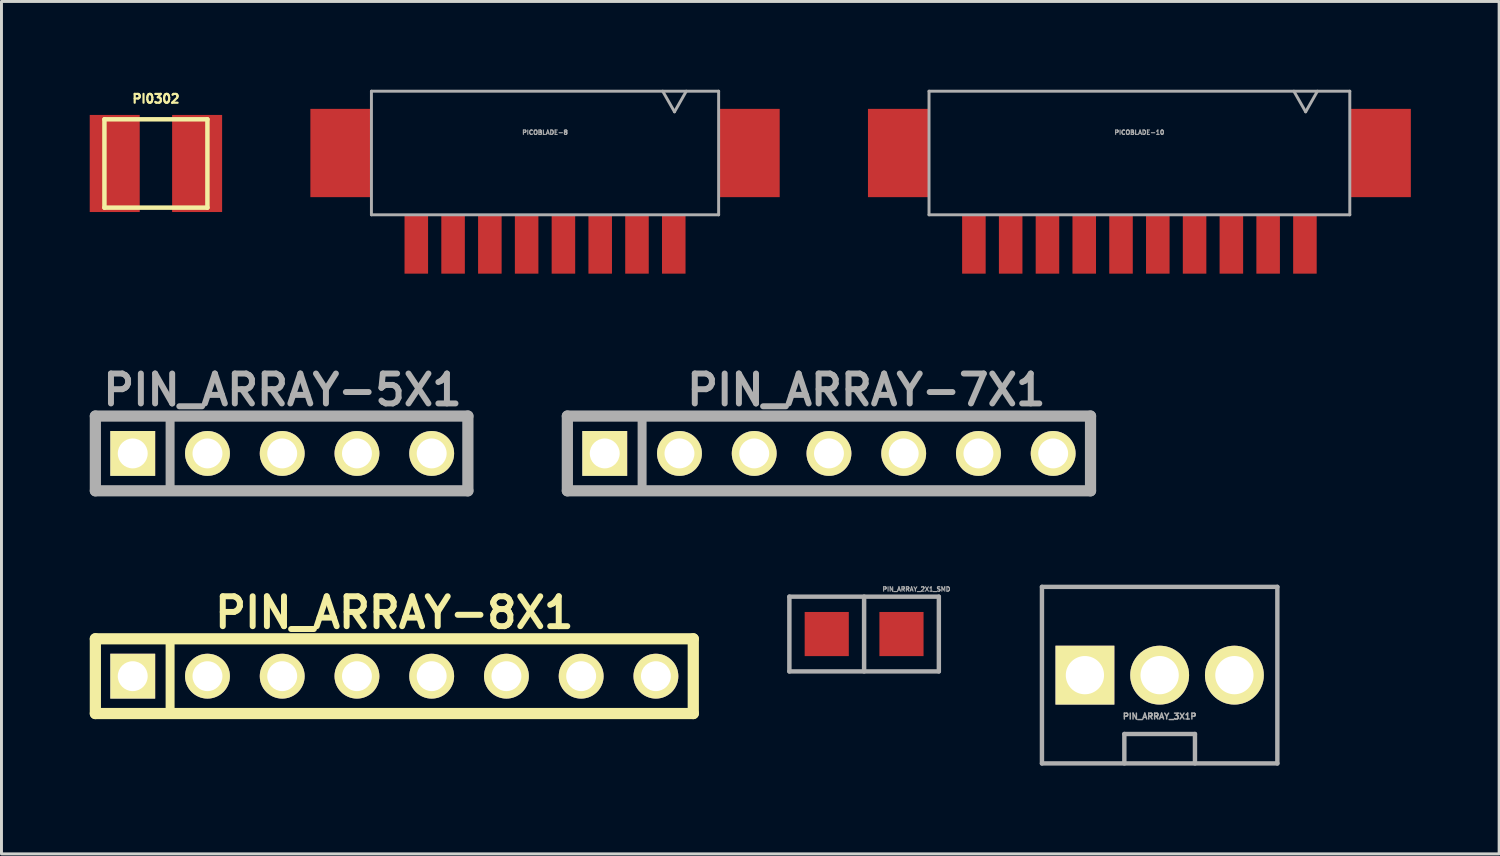
<source format=kicad_pcb>
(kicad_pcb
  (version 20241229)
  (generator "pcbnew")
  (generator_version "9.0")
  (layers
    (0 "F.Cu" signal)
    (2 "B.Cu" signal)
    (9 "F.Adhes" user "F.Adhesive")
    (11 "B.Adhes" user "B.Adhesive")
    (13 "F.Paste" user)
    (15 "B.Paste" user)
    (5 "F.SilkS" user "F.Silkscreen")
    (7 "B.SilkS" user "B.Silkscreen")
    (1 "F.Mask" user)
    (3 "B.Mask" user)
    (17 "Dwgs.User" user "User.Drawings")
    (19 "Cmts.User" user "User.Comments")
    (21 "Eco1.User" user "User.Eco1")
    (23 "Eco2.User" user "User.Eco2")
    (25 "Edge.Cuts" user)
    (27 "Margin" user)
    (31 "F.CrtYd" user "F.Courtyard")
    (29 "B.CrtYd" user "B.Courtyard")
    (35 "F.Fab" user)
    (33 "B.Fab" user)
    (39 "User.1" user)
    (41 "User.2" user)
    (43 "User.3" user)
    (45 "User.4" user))
  (footprint "PICOBLADE-10"
    (layer "F.Cu")
    (at 35.673 4.25)
    (property "Reference" "PICOBLADE-10" (at 0 -2.8 0) (unlocked yes) (layer "F.Fab") (effects (font (size 0.15 0.15) (thickness 0.037))))
    (attr smd)
    (fp_line (start -7.15 -4.2) (end 7.15 -4.2) (stroke (width 0.1) (type solid)) (layer "F.Fab"))
    (fp_line (start -7.15 0) (end -7.15 -4.2) (stroke (width 0.1) (type solid)) (layer "F.Fab"))
    (fp_line (start 5.25 -4.2) (end 5.65 -3.5) (stroke (width 0.1) (type solid)) (layer "F.Fab"))
    (fp_line (start 5.65 -3.5) (end 6.05 -4.2) (stroke (width 0.1) (type solid)) (layer "F.Fab"))
    (fp_line (start 7.15 -4.2) (end 7.15 0) (stroke (width 0.1) (type solid)) (layer "F.Fab"))
    (fp_line (start 7.15 0) (end -7.15 0) (stroke (width 0.1) (type solid)) (layer "F.Fab"))
    (pad "1" smd rect (at 5.625 1) (size 0.8 2) (layers "F.Cu" "F.Mask" "F.Paste"))
    (pad "2" smd rect (at 4.375 1) (size 0.8 2) (layers "F.Cu" "F.Mask" "F.Paste"))
    (pad "3" smd rect (at 3.125 1) (size 0.8 2) (layers "F.Cu" "F.Mask" "F.Paste"))
    (pad "4" smd rect (at 1.875 1) (size 0.8 2) (layers "F.Cu" "F.Mask" "F.Paste"))
    (pad "5" smd rect (at 0.625 1) (size 0.8 2) (layers "F.Cu" "F.Mask" "F.Paste"))
    (pad "6" smd rect (at -0.625 1) (size 0.8 2) (layers "F.Cu" "F.Mask" "F.Paste"))
    (pad "7" smd rect (at -1.875 1) (size 0.8 2) (layers "F.Cu" "F.Mask" "F.Paste"))
    (pad "8" smd rect (at -3.125 1) (size 0.8 2) (layers "F.Cu" "F.Mask" "F.Paste"))
    (pad "9" smd rect (at -4.375 1) (size 0.8 2) (layers "F.Cu" "F.Mask" "F.Paste"))
    (pad "10" smd rect (at -5.625 1) (size 0.8 2) (layers "F.Cu" "F.Mask" "F.Paste"))
    (pad "MNT" smd rect (at -8.175 -2.1) (size 2.1 3) (layers "F.Cu" "F.Mask" "F.Paste"))
    (pad "MNT" smd rect (at 8.175 -2.1) (size 2.1 3) (layers "F.Cu" "F.Mask" "F.Paste")))
  (footprint "PIN_ARRAY_3X1P"
    (layer "F.Cu")
    (at 36.361 19.895)
    (property "Reference" "PIN_ARRAY_3X1P" (at 0 1.4 0) (layer "F.Fab") (effects (font (size 0.2 0.2) (thickness 0.05))))
    (attr through_hole)
    (fp_line (start -4 -3) (end -4 3) (stroke (width 0.15) (type solid)) (layer "F.Fab"))
    (fp_line (start -4 3) (end 4 3) (stroke (width 0.15) (type solid)) (layer "F.Fab"))
    (fp_line (start -1.2 2) (end 1.2 2) (stroke (width 0.15) (type solid)) (layer "F.Fab"))
    (fp_line (start -1.2 3) (end -1.2 2) (stroke (width 0.15) (type solid)) (layer "F.Fab"))
    (fp_line (start 1.2 2) (end 1.2 3) (stroke (width 0.15) (type solid)) (layer "F.Fab"))
    (fp_line (start 4 -3) (end -4 -3) (stroke (width 0.15) (type solid)) (layer "F.Fab"))
    (fp_line (start 4 3) (end 4 -3) (stroke (width 0.15) (type solid)) (layer "F.Fab"))
    (pad "1" thru_hole rect (at -2.54 0) (size 2 2) (drill 1.3) (layers "*.Cu" "*.Mask" "F.SilkS"))
    (pad "2" thru_hole circle (at 0 0) (size 2 2) (drill 1.3) (layers "*.Cu" "*.Mask" "F.SilkS"))
    (pad "3" thru_hole circle (at 2.54 0) (size 2 2) (drill 1.3) (layers "*.Cu" "*.Mask" "F.SilkS")))
  (footprint "PIN_ARRAY-8X1"
    (layer "F.Cu")
    (at 10.351 19.93)
    (property "Reference" "PIN_ARRAY-8X1" (at 0 -2.159 0) (layer "F.SilkS") (effects (font (size 1.016 1.016) (thickness 0.203))))
    (attr through_hole)
    (fp_line (start -10.16 -1.27) (end 10.16 -1.27) (stroke (width 0.381) (type solid)) (layer "F.SilkS"))
    (fp_line (start -10.16 1.27) (end -10.16 -1.27) (stroke (width 0.381) (type solid)) (layer "F.SilkS"))
    (fp_line (start -7.62 1.27) (end -7.62 -1.27) (stroke (width 0.305) (type solid)) (layer "F.SilkS"))
    (fp_line (start 10.16 1.27) (end -10.16 1.27) (stroke (width 0.381) (type solid)) (layer "F.SilkS"))
    (fp_line (start 10.16 1.27) (end 10.16 -1.27) (stroke (width 0.381) (type solid)) (layer "F.SilkS"))
    (pad "1" thru_hole rect (at -8.89 0) (size 1.524 1.524) (drill 1.016) (layers "*.Cu" "*.Mask" "F.SilkS"))
    (pad "2" thru_hole circle (at -6.35 0) (size 1.524 1.524) (drill 1.016) (layers "*.Cu" "*.Mask" "F.SilkS"))
    (pad "3" thru_hole circle (at -3.81 0) (size 1.524 1.524) (drill 1.016) (layers "*.Cu" "*.Mask" "F.SilkS"))
    (pad "4" thru_hole circle (at -1.27 0) (size 1.524 1.524) (drill 1.016) (layers "*.Cu" "*.Mask" "F.SilkS"))
    (pad "5" thru_hole circle (at 1.27 0) (size 1.524 1.524) (drill 1.016) (layers "*.Cu" "*.Mask" "F.SilkS"))
    (pad "6" thru_hole circle (at 3.81 0) (size 1.524 1.524) (drill 1.016) (layers "*.Cu" "*.Mask" "F.SilkS"))
    (pad "7" thru_hole circle (at 6.35 0) (size 1.524 1.524) (drill 1.016) (layers "*.Cu" "*.Mask" "F.SilkS"))
    (pad "8" thru_hole circle (at 8.89 0) (size 1.524 1.524) (drill 1.016) (layers "*.Cu" "*.Mask" "F.SilkS")))
  (footprint "PIN_ARRAY_2X1_SMD"
    (layer "F.Cu")
    (at 26.317 18.498)
    (property "Reference" "PIN_ARRAY_2X1_SMD" (at 1.778 -1.524 180) (layer "F.Fab") (effects (font (size 0.15 0.15) (thickness 0.037))))
    (attr smd)
    (fp_line (start -2.54 -1.27) (end 2.54 -1.27) (stroke (width 0.15) (type solid)) (layer "F.Fab"))
    (fp_line (start -2.54 1.27) (end -2.54 -1.27) (stroke (width 0.152) (type solid)) (layer "F.Fab"))
    (fp_line (start -2.54 1.27) (end 2.54 1.27) (stroke (width 0.15) (type solid)) (layer "F.Fab"))
    (fp_line (start 0 -1.27) (end 0 1.27) (stroke (width 0.152) (type solid)) (layer "F.Fab"))
    (fp_line (start 2.54 -1.27) (end 2.54 1.27) (stroke (width 0.15) (type solid)) (layer "F.Fab"))
    (pad "1" smd rect (at -1.27 0) (size 1.5 1.5) (layers "F.Cu" "F.Mask" "F.Paste"))
    (pad "2" smd rect (at 1.27 0) (size 1.5 1.5) (layers "F.Cu" "F.Mask" "F.Paste")))
  (footprint "PI0302"
    (layer "F.Cu")
    (at 2.249 2.506)
    (property "Reference" "PI0302" (at 0 -2.2 0) (layer "F.SilkS") (effects (font (size 0.3 0.3) (thickness 0.076))))
    (attr through_hole)
    (fp_line (start -1.75 -1.501) (end 1.75 -1.501) (stroke (width 0.152) (type solid)) (layer "F.SilkS"))
    (fp_line (start -1.75 1.501) (end -1.75 -1.501) (stroke (width 0.152) (type solid)) (layer "F.SilkS"))
    (fp_line (start 1.75 -1.501) (end 1.75 1.501) (stroke (width 0.152) (type solid)) (layer "F.SilkS"))
    (fp_line (start 1.75 1.501) (end -1.75 1.501) (stroke (width 0.152) (type solid)) (layer "F.SilkS"))
    (pad "1" smd rect (at -1.4 0) (size 1.699 3.299) (layers "F.Cu" "F.Mask" "F.Paste"))
    (pad "2" smd rect (at 1.4 0) (size 1.699 3.299) (layers "F.Cu" "F.Mask" "F.Paste")))
  (footprint "PIN_ARRAY-7X1"
    (layer "F.Cu")
    (at 25.122 12.36)
    (property "Reference" "PIN_ARRAY-7X1" (at 1.27 -2.159 0) (layer "F.Fab") (effects (font (size 1.016 1.016) (thickness 0.203))))
    (attr through_hole)
    (fp_line (start -8.89 -1.27) (end 8.89 -1.27) (stroke (width 0.381) (type solid)) (layer "F.Fab"))
    (fp_line (start -8.89 1.27) (end -8.89 -1.27) (stroke (width 0.381) (type solid)) (layer "F.Fab"))
    (fp_line (start -6.35 1.27) (end -6.35 -1.27) (stroke (width 0.305) (type solid)) (layer "F.Fab"))
    (fp_line (start 8.89 1.27) (end -8.89 1.27) (stroke (width 0.381) (type solid)) (layer "F.Fab"))
    (fp_line (start 8.89 1.27) (end 8.89 -1.27) (stroke (width 0.381) (type solid)) (layer "F.Fab"))
    (pad "1" thru_hole rect (at -7.62 0) (size 1.524 1.524) (drill 1.016) (layers "*.Cu" "*.Mask" "F.SilkS"))
    (pad "2" thru_hole circle (at -5.08 0) (size 1.524 1.524) (drill 1.016) (layers "*.Cu" "*.Mask" "F.SilkS"))
    (pad "3" thru_hole circle (at -2.54 0) (size 1.524 1.524) (drill 1.016) (layers "*.Cu" "*.Mask" "F.SilkS"))
    (pad "4" thru_hole circle (at 0 0) (size 1.524 1.524) (drill 1.016) (layers "*.Cu" "*.Mask" "F.SilkS"))
    (pad "5" thru_hole circle (at 2.54 0) (size 1.524 1.524) (drill 1.016) (layers "*.Cu" "*.Mask" "F.SilkS"))
    (pad "6" thru_hole circle (at 5.08 0) (size 1.524 1.524) (drill 1.016) (layers "*.Cu" "*.Mask" "F.SilkS"))
    (pad "7" thru_hole circle (at 7.62 0) (size 1.524 1.524) (drill 1.016) (layers "*.Cu" "*.Mask" "F.SilkS")))
  (footprint "PICOBLADE-8"
    (layer "F.Cu")
    (at 15.473 4.25)
    (property "Reference" "PICOBLADE-8" (at 0 -2.8 0) (unlocked yes) (layer "F.Fab") (effects (font (size 0.15 0.15) (thickness 0.037))))
    (attr smd)
    (fp_line (start -5.9 -4.2) (end 5.9 -4.2) (stroke (width 0.1) (type solid)) (layer "F.Fab"))
    (fp_line (start -5.9 0) (end -5.9 -4.2) (stroke (width 0.1) (type solid)) (layer "F.Fab"))
    (fp_line (start 4 -4.2) (end 4.4 -3.5) (stroke (width 0.1) (type solid)) (layer "F.Fab"))
    (fp_line (start 4.4 -3.5) (end 4.8 -4.2) (stroke (width 0.1) (type solid)) (layer "F.Fab"))
    (fp_line (start 5.9 -4.2) (end 5.9 0) (stroke (width 0.1) (type solid)) (layer "F.Fab"))
    (fp_line (start 5.9 0) (end -5.9 0) (stroke (width 0.1) (type solid)) (layer "F.Fab"))
    (pad "1" smd rect (at 4.375 1) (size 0.8 2) (layers "F.Cu" "F.Mask" "F.Paste"))
    (pad "2" smd rect (at 3.125 1) (size 0.8 2) (layers "F.Cu" "F.Mask" "F.Paste"))
    (pad "3" smd rect (at 1.875 1) (size 0.8 2) (layers "F.Cu" "F.Mask" "F.Paste"))
    (pad "4" smd rect (at 0.625 1) (size 0.8 2) (layers "F.Cu" "F.Mask" "F.Paste"))
    (pad "5" smd rect (at -0.625 1) (size 0.8 2) (layers "F.Cu" "F.Mask" "F.Paste"))
    (pad "6" smd rect (at -1.875 1) (size 0.8 2) (layers "F.Cu" "F.Mask" "F.Paste"))
    (pad "7" smd rect (at -3.125 1) (size 0.8 2) (layers "F.Cu" "F.Mask" "F.Paste"))
    (pad "8" smd rect (at -4.375 1) (size 0.8 2) (layers "F.Cu" "F.Mask" "F.Paste"))
    (pad "MNT" smd rect (at -6.925 -2.1) (size 2.1 3) (layers "F.Cu" "F.Mask" "F.Paste"))
    (pad "MNT" smd rect (at 6.925 -2.1) (size 2.1 3) (layers "F.Cu" "F.Mask" "F.Paste")))
  (footprint "PIN_ARRAY-5X1"
    (layer "F.Cu")
    (at 6.551 12.36)
    (property "Reference" "PIN_ARRAY-5X1" (at 0 -2.159 0) (layer "F.Fab") (effects (font (size 1.016 1.016) (thickness 0.203))))
    (attr through_hole)
    (fp_line (start -6.36 -1.27) (end 6.3 -1.27) (stroke (width 0.381) (type solid)) (layer "F.Fab"))
    (fp_line (start -6.36 1.27) (end -6.36 -1.27) (stroke (width 0.381) (type solid)) (layer "F.Fab"))
    (fp_line (start -3.82 1.27) (end -3.82 -1.27) (stroke (width 0.305) (type solid)) (layer "F.Fab"))
    (fp_line (start 6.3 1.27) (end -6.36 1.27) (stroke (width 0.381) (type solid)) (layer "F.Fab"))
    (fp_line (start 6.3 1.27) (end 6.3 -1.27) (stroke (width 0.381) (type solid)) (layer "F.Fab"))
    (pad "1" thru_hole rect (at -5.09 0) (size 1.524 1.524) (drill 1.016) (layers "*.Cu" "*.Mask" "F.SilkS"))
    (pad "2" thru_hole circle (at -2.55 0) (size 1.524 1.524) (drill 1.016) (layers "*.Cu" "*.Mask" "F.SilkS"))
    (pad "3" thru_hole circle (at -0.01 0) (size 1.524 1.524) (drill 1.016) (layers "*.Cu" "*.Mask" "F.SilkS"))
    (pad "4" thru_hole circle (at 2.53 0) (size 1.524 1.524) (drill 1.016) (layers "*.Cu" "*.Mask" "F.SilkS"))
    (pad "5" thru_hole circle (at 5.07 0) (size 1.524 1.524) (drill 1.016) (layers "*.Cu" "*.Mask" "F.SilkS")))
  (gr_rect
    (start -3 -3)
    (end 47.898 25.97)
    (stroke (width 0.1) (type default))
    (fill no)
    (layer "Edge.Cuts")))
</source>
